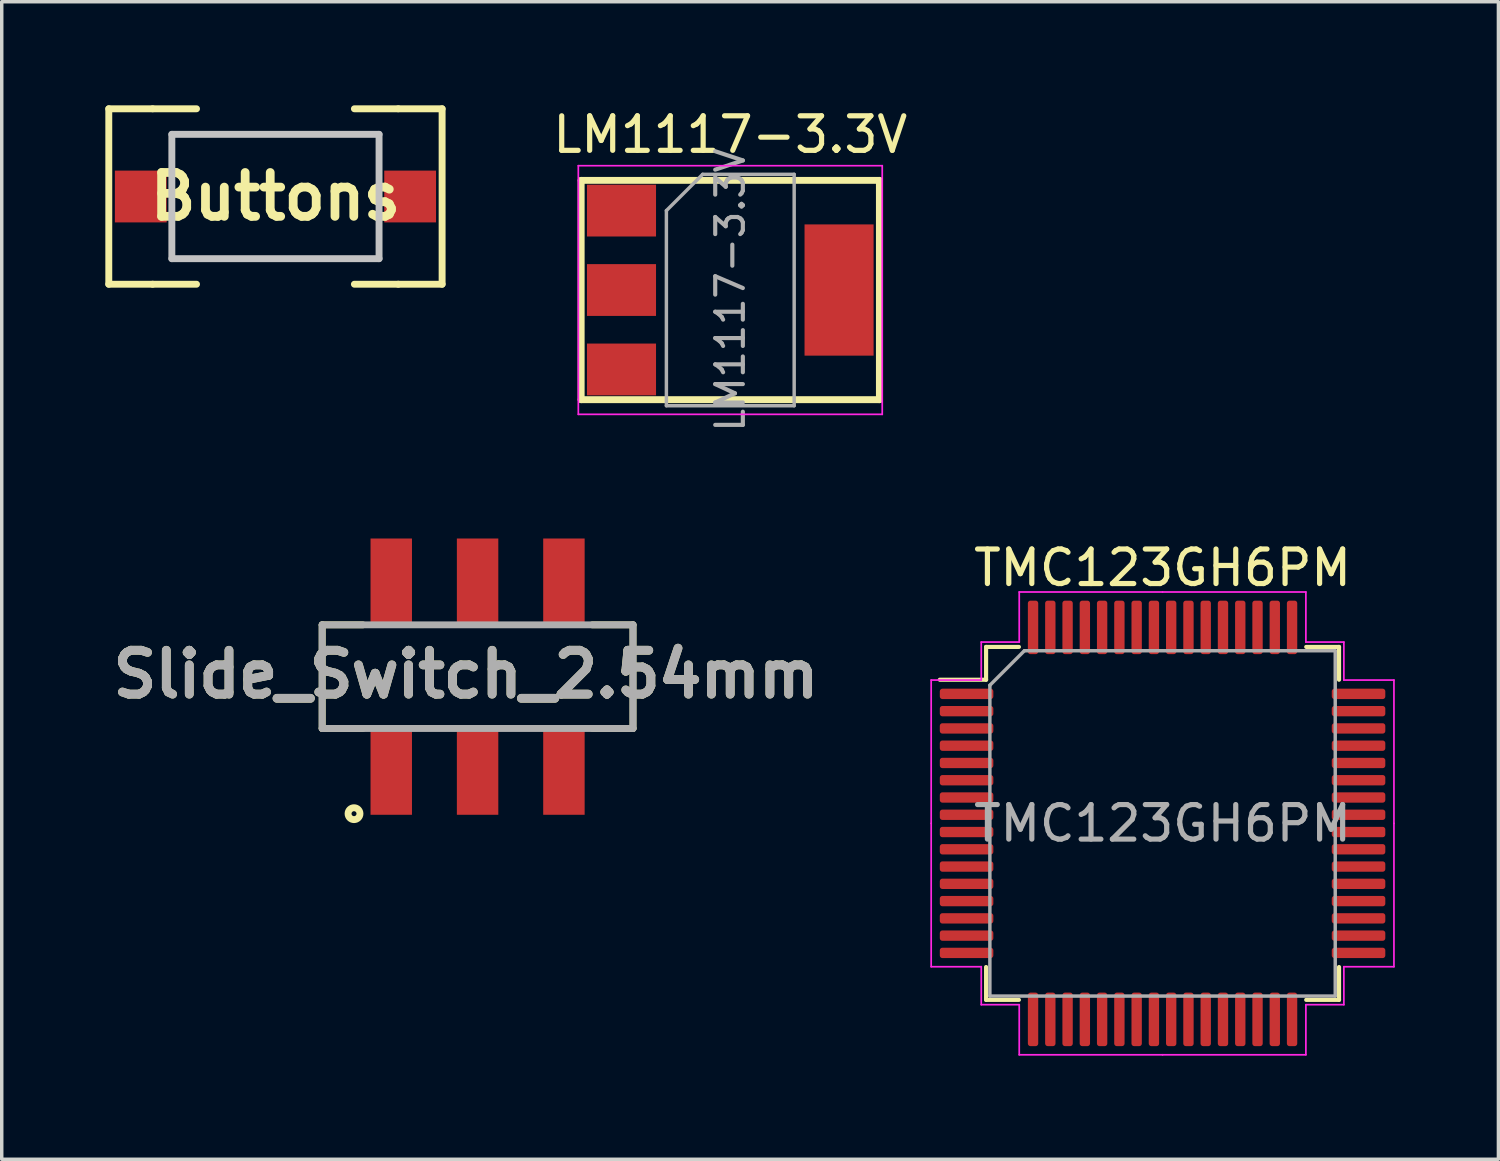
<source format=kicad_pcb>
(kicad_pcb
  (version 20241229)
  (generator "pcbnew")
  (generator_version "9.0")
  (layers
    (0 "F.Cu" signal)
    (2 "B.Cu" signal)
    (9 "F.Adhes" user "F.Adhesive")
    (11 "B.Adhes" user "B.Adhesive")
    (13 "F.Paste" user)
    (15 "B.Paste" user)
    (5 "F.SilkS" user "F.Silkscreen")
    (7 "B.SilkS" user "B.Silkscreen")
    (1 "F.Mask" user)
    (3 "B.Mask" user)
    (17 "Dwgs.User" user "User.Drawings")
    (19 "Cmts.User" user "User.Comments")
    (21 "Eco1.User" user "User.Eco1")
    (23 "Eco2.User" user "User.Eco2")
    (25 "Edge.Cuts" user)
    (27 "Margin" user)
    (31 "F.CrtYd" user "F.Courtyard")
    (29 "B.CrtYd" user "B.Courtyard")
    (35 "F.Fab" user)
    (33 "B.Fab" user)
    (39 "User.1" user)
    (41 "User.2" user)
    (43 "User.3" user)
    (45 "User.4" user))
  (footprint "Slide_Switch_2.54mm"
    (layer "F.Cu")
    (at 10.779 16.543)
    (property "Reference" "Slide_Switch_2.54mm" (at -0.335 -0.068 0) (layer "F.SilkS") (effects (font (size 1.27 1.27) (thickness 0.254))))
    (attr smd)
    (fp_line (start -4.5 -1.5) (end -4.5 1.5) (stroke (width 0.2) (type solid)) (layer "F.SilkS"))
    (fp_line (start -4.5 -1.5) (end -3.323 -1.5) (stroke (width 0.2) (type solid)) (layer "F.SilkS"))
    (fp_line (start -4.5 1.5) (end -3.323 1.5) (stroke (width 0.2) (type solid)) (layer "F.SilkS"))
    (fp_line (start 4.5 -1.5) (end 3.323 -1.5) (stroke (width 0.2) (type solid)) (layer "F.SilkS"))
    (fp_line (start 4.5 1.5) (end 3.323 1.5) (stroke (width 0.2) (type solid)) (layer "F.SilkS"))
    (fp_line (start 4.5 1.5) (end 4.5 -1.5) (stroke (width 0.2) (type solid)) (layer "F.SilkS"))
    (fp_circle (center -3.578 3.968) (end -3.578 4.04) (stroke (width 0.2) (type solid)) (fill no) (layer "F.SilkS"))
    (fp_line (start -4.5 -1.5) (end 4.5 -1.5) (stroke (width 0.2) (type solid)) (layer "F.Fab"))
    (fp_line (start -4.5 1.5) (end -4.5 -1.5) (stroke (width 0.2) (type solid)) (layer "F.Fab"))
    (fp_line (start 4.5 -1.5) (end 4.5 1.5) (stroke (width 0.2) (type solid)) (layer "F.Fab"))
    (fp_line (start 4.5 1.5) (end -4.5 1.5) (stroke (width 0.2) (type solid)) (layer "F.Fab"))
    (fp_text user "${REFERENCE}" (at -0.335 -0.068 0) (layer "F.Fab") (effects (font (size 1.27 1.27) (thickness 0.254))))
    (pad "1" smd rect (at -2.5 2.75) (size 1.2 2.5) (layers "F.Cu" "F.Mask" "F.Paste"))
    (pad "2" smd rect (at 0 2.75) (size 1.2 2.5) (layers "F.Cu" "F.Mask" "F.Paste"))
    (pad "3" smd rect (at 2.5 2.75) (size 1.2 2.5) (layers "F.Cu" "F.Mask" "F.Paste"))
    (pad "4" smd rect (at 2.5 -2.75) (size 1.2 2.5) (layers "F.Cu" "F.Mask" "F.Paste"))
    (pad "5" smd rect (at 0 -2.75) (size 1.2 2.5) (layers "F.Cu" "F.Mask" "F.Paste"))
    (pad "6" smd rect (at -2.5 -2.75) (size 1.2 2.5) (layers "F.Cu" "F.Mask" "F.Paste")))
  (footprint "LM1117-3.3V"
    (layer "F.Cu")
    (at 18.096 5.348)
    (property "Reference" "LM1117-3.3V" (at 0 -4.5 0) (layer "F.SilkS") (effects (font (size 1 1) (thickness 0.15))))
    (attr smd)
    (fp_line (start -4.318 -3.175) (end 4.318 -3.175) (stroke (width 0.2) (type solid)) (layer "F.SilkS"))
    (fp_line (start -4.318 3.175) (end -4.318 -3.175) (stroke (width 0.2) (type solid)) (layer "F.SilkS"))
    (fp_line (start 4.318 -3.175) (end 4.318 3.175) (stroke (width 0.2) (type solid)) (layer "F.SilkS"))
    (fp_line (start 4.318 3.175) (end -4.318 3.175) (stroke (width 0.2) (type solid)) (layer "F.SilkS"))
    (fp_line (start -4.4 -3.6) (end -4.4 3.6) (stroke (width 0.05) (type solid)) (layer "F.CrtYd"))
    (fp_line (start -4.4 3.6) (end 4.4 3.6) (stroke (width 0.05) (type solid)) (layer "F.CrtYd"))
    (fp_line (start 4.4 -3.6) (end -4.4 -3.6) (stroke (width 0.05) (type solid)) (layer "F.CrtYd"))
    (fp_line (start 4.4 3.6) (end 4.4 -3.6) (stroke (width 0.05) (type solid)) (layer "F.CrtYd"))
    (fp_line (start -1.85 -2.3) (end -1.85 3.35) (stroke (width 0.1) (type solid)) (layer "F.Fab"))
    (fp_line (start -1.85 -2.3) (end -0.8 -3.35) (stroke (width 0.1) (type solid)) (layer "F.Fab"))
    (fp_line (start -1.85 3.35) (end 1.85 3.35) (stroke (width 0.1) (type solid)) (layer "F.Fab"))
    (fp_line (start -0.8 -3.35) (end 1.85 -3.35) (stroke (width 0.1) (type solid)) (layer "F.Fab"))
    (fp_line (start 1.85 -3.35) (end 1.85 3.35) (stroke (width 0.1) (type solid)) (layer "F.Fab"))
    (fp_text user "${REFERENCE}" (at 0 0 90) (layer "F.Fab") (effects (font (size 0.8 0.8) (thickness 0.12))))
    (pad "1" smd rect (at -3.15 -2.3) (size 2 1.5) (layers "F.Cu" "F.Mask" "F.Paste"))
    (pad "2" smd rect (at -3.15 0) (size 2 1.5) (layers "F.Cu" "F.Mask" "F.Paste"))
    (pad "3" smd rect (at -3.15 2.3) (size 2 1.5) (layers "F.Cu" "F.Mask" "F.Paste"))
    (pad "4" smd rect (at 3.15 0) (size 2 3.8) (layers "F.Cu" "F.Mask" "F.Paste")))
  (footprint "TMC123GH6PM"
    (layer "F.Cu")
    (at 30.613 20.792)
    (property "Reference" "TMC123GH6PM" (at 0 -7.4 0) (layer "F.SilkS") (effects (font (size 1 1) (thickness 0.15))))
    (attr smd)
    (fp_line (start -5.11 -5.11) (end -5.11 -4.16) (stroke (width 0.12) (type solid)) (layer "F.SilkS"))
    (fp_line (start -5.11 -4.16) (end -6.45 -4.16) (stroke (width 0.12) (type solid)) (layer "F.SilkS"))
    (fp_line (start -5.11 5.11) (end -5.11 4.16) (stroke (width 0.12) (type solid)) (layer "F.SilkS"))
    (fp_line (start -4.16 -5.11) (end -5.11 -5.11) (stroke (width 0.12) (type solid)) (layer "F.SilkS"))
    (fp_line (start -4.16 5.11) (end -5.11 5.11) (stroke (width 0.12) (type solid)) (layer "F.SilkS"))
    (fp_line (start 4.16 -5.11) (end 5.11 -5.11) (stroke (width 0.12) (type solid)) (layer "F.SilkS"))
    (fp_line (start 4.16 5.11) (end 5.11 5.11) (stroke (width 0.12) (type solid)) (layer "F.SilkS"))
    (fp_line (start 5.11 -5.11) (end 5.11 -4.16) (stroke (width 0.12) (type solid)) (layer "F.SilkS"))
    (fp_line (start 5.11 5.11) (end 5.11 4.16) (stroke (width 0.12) (type solid)) (layer "F.SilkS"))
    (fp_line (start -6.7 -4.15) (end -6.7 0) (stroke (width 0.05) (type solid)) (layer "F.CrtYd"))
    (fp_line (start -6.7 4.15) (end -6.7 0) (stroke (width 0.05) (type solid)) (layer "F.CrtYd"))
    (fp_line (start -5.25 -5.25) (end -5.25 -4.15) (stroke (width 0.05) (type solid)) (layer "F.CrtYd"))
    (fp_line (start -5.25 -4.15) (end -6.7 -4.15) (stroke (width 0.05) (type solid)) (layer "F.CrtYd"))
    (fp_line (start -5.25 4.15) (end -6.7 4.15) (stroke (width 0.05) (type solid)) (layer "F.CrtYd"))
    (fp_line (start -5.25 5.25) (end -5.25 4.15) (stroke (width 0.05) (type solid)) (layer "F.CrtYd"))
    (fp_line (start -4.15 -6.7) (end -4.15 -5.25) (stroke (width 0.05) (type solid)) (layer "F.CrtYd"))
    (fp_line (start -4.15 -5.25) (end -5.25 -5.25) (stroke (width 0.05) (type solid)) (layer "F.CrtYd"))
    (fp_line (start -4.15 5.25) (end -5.25 5.25) (stroke (width 0.05) (type solid)) (layer "F.CrtYd"))
    (fp_line (start -4.15 6.7) (end -4.15 5.25) (stroke (width 0.05) (type solid)) (layer "F.CrtYd"))
    (fp_line (start 0 -6.7) (end -4.15 -6.7) (stroke (width 0.05) (type solid)) (layer "F.CrtYd"))
    (fp_line (start 0 -6.7) (end 4.15 -6.7) (stroke (width 0.05) (type solid)) (layer "F.CrtYd"))
    (fp_line (start 0 6.7) (end -4.15 6.7) (stroke (width 0.05) (type solid)) (layer "F.CrtYd"))
    (fp_line (start 0 6.7) (end 4.15 6.7) (stroke (width 0.05) (type solid)) (layer "F.CrtYd"))
    (fp_line (start 4.15 -6.7) (end 4.15 -5.25) (stroke (width 0.05) (type solid)) (layer "F.CrtYd"))
    (fp_line (start 4.15 -5.25) (end 5.25 -5.25) (stroke (width 0.05) (type solid)) (layer "F.CrtYd"))
    (fp_line (start 4.15 5.25) (end 5.25 5.25) (stroke (width 0.05) (type solid)) (layer "F.CrtYd"))
    (fp_line (start 4.15 6.7) (end 4.15 5.25) (stroke (width 0.05) (type solid)) (layer "F.CrtYd"))
    (fp_line (start 5.25 -5.25) (end 5.25 -4.15) (stroke (width 0.05) (type solid)) (layer "F.CrtYd"))
    (fp_line (start 5.25 -4.15) (end 6.7 -4.15) (stroke (width 0.05) (type solid)) (layer "F.CrtYd"))
    (fp_line (start 5.25 4.15) (end 6.7 4.15) (stroke (width 0.05) (type solid)) (layer "F.CrtYd"))
    (fp_line (start 5.25 5.25) (end 5.25 4.15) (stroke (width 0.05) (type solid)) (layer "F.CrtYd"))
    (fp_line (start 6.7 -4.15) (end 6.7 0) (stroke (width 0.05) (type solid)) (layer "F.CrtYd"))
    (fp_line (start 6.7 4.15) (end 6.7 0) (stroke (width 0.05) (type solid)) (layer "F.CrtYd"))
    (fp_line (start -5 -4) (end -4 -5) (stroke (width 0.1) (type solid)) (layer "F.Fab"))
    (fp_line (start -5 5) (end -5 -4) (stroke (width 0.1) (type solid)) (layer "F.Fab"))
    (fp_line (start -4 -5) (end 5 -5) (stroke (width 0.1) (type solid)) (layer "F.Fab"))
    (fp_line (start 5 -5) (end 5 5) (stroke (width 0.1) (type solid)) (layer "F.Fab"))
    (fp_line (start 5 5) (end -5 5) (stroke (width 0.1) (type solid)) (layer "F.Fab"))
    (fp_text user "${REFERENCE}" (at 0 0 0) (layer "F.Fab") (effects (font (size 1 1) (thickness 0.15))))
    (pad "1" smd roundrect (at -5.675 -3.75) (size 1.55 0.3) (layers "F.Cu" "F.Mask" "F.Paste") (roundrect_rratio 0.25))
    (pad "2" smd roundrect (at -5.675 -3.25) (size 1.55 0.3) (layers "F.Cu" "F.Mask" "F.Paste") (roundrect_rratio 0.25))
    (pad "3" smd roundrect (at -5.675 -2.75) (size 1.55 0.3) (layers "F.Cu" "F.Mask" "F.Paste") (roundrect_rratio 0.25))
    (pad "4" smd roundrect (at -5.675 -2.25) (size 1.55 0.3) (layers "F.Cu" "F.Mask" "F.Paste") (roundrect_rratio 0.25))
    (pad "5" smd roundrect (at -5.675 -1.75) (size 1.55 0.3) (layers "F.Cu" "F.Mask" "F.Paste") (roundrect_rratio 0.25))
    (pad "6" smd roundrect (at -5.675 -1.25) (size 1.55 0.3) (layers "F.Cu" "F.Mask" "F.Paste") (roundrect_rratio 0.25))
    (pad "7" smd roundrect (at -5.675 -0.75) (size 1.55 0.3) (layers "F.Cu" "F.Mask" "F.Paste") (roundrect_rratio 0.25))
    (pad "8" smd roundrect (at -5.675 -0.25) (size 1.55 0.3) (layers "F.Cu" "F.Mask" "F.Paste") (roundrect_rratio 0.25))
    (pad "9" smd roundrect (at -5.675 0.25) (size 1.55 0.3) (layers "F.Cu" "F.Mask" "F.Paste") (roundrect_rratio 0.25))
    (pad "10" smd roundrect (at -5.675 0.75) (size 1.55 0.3) (layers "F.Cu" "F.Mask" "F.Paste") (roundrect_rratio 0.25))
    (pad "11" smd roundrect (at -5.675 1.25) (size 1.55 0.3) (layers "F.Cu" "F.Mask" "F.Paste") (roundrect_rratio 0.25))
    (pad "12" smd roundrect (at -5.675 1.75) (size 1.55 0.3) (layers "F.Cu" "F.Mask" "F.Paste") (roundrect_rratio 0.25))
    (pad "13" smd roundrect (at -5.675 2.25) (size 1.55 0.3) (layers "F.Cu" "F.Mask" "F.Paste") (roundrect_rratio 0.25))
    (pad "14" smd roundrect (at -5.675 2.75) (size 1.55 0.3) (layers "F.Cu" "F.Mask" "F.Paste") (roundrect_rratio 0.25))
    (pad "15" smd roundrect (at -5.675 3.25) (size 1.55 0.3) (layers "F.Cu" "F.Mask" "F.Paste") (roundrect_rratio 0.25))
    (pad "16" smd roundrect (at -5.675 3.75) (size 1.55 0.3) (layers "F.Cu" "F.Mask" "F.Paste") (roundrect_rratio 0.25))
    (pad "17" smd roundrect (at -3.75 5.675) (size 0.3 1.55) (layers "F.Cu" "F.Mask" "F.Paste") (roundrect_rratio 0.25))
    (pad "18" smd roundrect (at -3.25 5.675) (size 0.3 1.55) (layers "F.Cu" "F.Mask" "F.Paste") (roundrect_rratio 0.25))
    (pad "19" smd roundrect (at -2.75 5.675) (size 0.3 1.55) (layers "F.Cu" "F.Mask" "F.Paste") (roundrect_rratio 0.25))
    (pad "20" smd roundrect (at -2.25 5.675) (size 0.3 1.55) (layers "F.Cu" "F.Mask" "F.Paste") (roundrect_rratio 0.25))
    (pad "21" smd roundrect (at -1.75 5.675) (size 0.3 1.55) (layers "F.Cu" "F.Mask" "F.Paste") (roundrect_rratio 0.25))
    (pad "22" smd roundrect (at -1.25 5.675) (size 0.3 1.55) (layers "F.Cu" "F.Mask" "F.Paste") (roundrect_rratio 0.25))
    (pad "23" smd roundrect (at -0.75 5.675) (size 0.3 1.55) (layers "F.Cu" "F.Mask" "F.Paste") (roundrect_rratio 0.25))
    (pad "24" smd roundrect (at -0.25 5.675) (size 0.3 1.55) (layers "F.Cu" "F.Mask" "F.Paste") (roundrect_rratio 0.25))
    (pad "25" smd roundrect (at 0.25 5.675) (size 0.3 1.55) (layers "F.Cu" "F.Mask" "F.Paste") (roundrect_rratio 0.25))
    (pad "26" smd roundrect (at 0.75 5.675) (size 0.3 1.55) (layers "F.Cu" "F.Mask" "F.Paste") (roundrect_rratio 0.25))
    (pad "27" smd roundrect (at 1.25 5.675) (size 0.3 1.55) (layers "F.Cu" "F.Mask" "F.Paste") (roundrect_rratio 0.25))
    (pad "28" smd roundrect (at 1.75 5.675) (size 0.3 1.55) (layers "F.Cu" "F.Mask" "F.Paste") (roundrect_rratio 0.25))
    (pad "29" smd roundrect (at 2.25 5.675) (size 0.3 1.55) (layers "F.Cu" "F.Mask" "F.Paste") (roundrect_rratio 0.25))
    (pad "30" smd roundrect (at 2.75 5.675) (size 0.3 1.55) (layers "F.Cu" "F.Mask" "F.Paste") (roundrect_rratio 0.25))
    (pad "31" smd roundrect (at 3.25 5.675) (size 0.3 1.55) (layers "F.Cu" "F.Mask" "F.Paste") (roundrect_rratio 0.25))
    (pad "32" smd roundrect (at 3.75 5.675) (size 0.3 1.55) (layers "F.Cu" "F.Mask" "F.Paste") (roundrect_rratio 0.25))
    (pad "33" smd roundrect (at 5.675 3.75) (size 1.55 0.3) (layers "F.Cu" "F.Mask" "F.Paste") (roundrect_rratio 0.25))
    (pad "34" smd roundrect (at 5.675 3.25) (size 1.55 0.3) (layers "F.Cu" "F.Mask" "F.Paste") (roundrect_rratio 0.25))
    (pad "35" smd roundrect (at 5.675 2.75) (size 1.55 0.3) (layers "F.Cu" "F.Mask" "F.Paste") (roundrect_rratio 0.25))
    (pad "36" smd roundrect (at 5.675 2.25) (size 1.55 0.3) (layers "F.Cu" "F.Mask" "F.Paste") (roundrect_rratio 0.25))
    (pad "37" smd roundrect (at 5.675 1.75) (size 1.55 0.3) (layers "F.Cu" "F.Mask" "F.Paste") (roundrect_rratio 0.25))
    (pad "38" smd roundrect (at 5.675 1.25) (size 1.55 0.3) (layers "F.Cu" "F.Mask" "F.Paste") (roundrect_rratio 0.25))
    (pad "39" smd roundrect (at 5.675 0.75) (size 1.55 0.3) (layers "F.Cu" "F.Mask" "F.Paste") (roundrect_rratio 0.25))
    (pad "40" smd roundrect (at 5.675 0.25) (size 1.55 0.3) (layers "F.Cu" "F.Mask" "F.Paste") (roundrect_rratio 0.25))
    (pad "41" smd roundrect (at 5.675 -0.25) (size 1.55 0.3) (layers "F.Cu" "F.Mask" "F.Paste") (roundrect_rratio 0.25))
    (pad "42" smd roundrect (at 5.675 -0.75) (size 1.55 0.3) (layers "F.Cu" "F.Mask" "F.Paste") (roundrect_rratio 0.25))
    (pad "43" smd roundrect (at 5.675 -1.25) (size 1.55 0.3) (layers "F.Cu" "F.Mask" "F.Paste") (roundrect_rratio 0.25))
    (pad "44" smd roundrect (at 5.675 -1.75) (size 1.55 0.3) (layers "F.Cu" "F.Mask" "F.Paste") (roundrect_rratio 0.25))
    (pad "45" smd roundrect (at 5.675 -2.25) (size 1.55 0.3) (layers "F.Cu" "F.Mask" "F.Paste") (roundrect_rratio 0.25))
    (pad "46" smd roundrect (at 5.675 -2.75) (size 1.55 0.3) (layers "F.Cu" "F.Mask" "F.Paste") (roundrect_rratio 0.25))
    (pad "47" smd roundrect (at 5.675 -3.25) (size 1.55 0.3) (layers "F.Cu" "F.Mask" "F.Paste") (roundrect_rratio 0.25))
    (pad "48" smd roundrect (at 5.675 -3.75) (size 1.55 0.3) (layers "F.Cu" "F.Mask" "F.Paste") (roundrect_rratio 0.25))
    (pad "49" smd roundrect (at 3.75 -5.675) (size 0.3 1.55) (layers "F.Cu" "F.Mask" "F.Paste") (roundrect_rratio 0.25))
    (pad "50" smd roundrect (at 3.25 -5.675) (size 0.3 1.55) (layers "F.Cu" "F.Mask" "F.Paste") (roundrect_rratio 0.25))
    (pad "51" smd roundrect (at 2.75 -5.675) (size 0.3 1.55) (layers "F.Cu" "F.Mask" "F.Paste") (roundrect_rratio 0.25))
    (pad "52" smd roundrect (at 2.25 -5.675) (size 0.3 1.55) (layers "F.Cu" "F.Mask" "F.Paste") (roundrect_rratio 0.25))
    (pad "53" smd roundrect (at 1.75 -5.675) (size 0.3 1.55) (layers "F.Cu" "F.Mask" "F.Paste") (roundrect_rratio 0.25))
    (pad "54" smd roundrect (at 1.25 -5.675) (size 0.3 1.55) (layers "F.Cu" "F.Mask" "F.Paste") (roundrect_rratio 0.25))
    (pad "55" smd roundrect (at 0.75 -5.675) (size 0.3 1.55) (layers "F.Cu" "F.Mask" "F.Paste") (roundrect_rratio 0.25))
    (pad "56" smd roundrect (at 0.25 -5.675) (size 0.3 1.55) (layers "F.Cu" "F.Mask" "F.Paste") (roundrect_rratio 0.25))
    (pad "57" smd roundrect (at -0.25 -5.675) (size 0.3 1.55) (layers "F.Cu" "F.Mask" "F.Paste") (roundrect_rratio 0.25))
    (pad "58" smd roundrect (at -0.75 -5.675) (size 0.3 1.55) (layers "F.Cu" "F.Mask" "F.Paste") (roundrect_rratio 0.25))
    (pad "59" smd roundrect (at -1.25 -5.675) (size 0.3 1.55) (layers "F.Cu" "F.Mask" "F.Paste") (roundrect_rratio 0.25))
    (pad "60" smd roundrect (at -1.75 -5.675) (size 0.3 1.55) (layers "F.Cu" "F.Mask" "F.Paste") (roundrect_rratio 0.25))
    (pad "61" smd roundrect (at -2.25 -5.675) (size 0.3 1.55) (layers "F.Cu" "F.Mask" "F.Paste") (roundrect_rratio 0.25))
    (pad "62" smd roundrect (at -2.75 -5.675) (size 0.3 1.55) (layers "F.Cu" "F.Mask" "F.Paste") (roundrect_rratio 0.25))
    (pad "63" smd roundrect (at -3.25 -5.675) (size 0.3 1.55) (layers "F.Cu" "F.Mask" "F.Paste") (roundrect_rratio 0.25))
    (pad "64" smd roundrect (at -3.75 -5.675) (size 0.3 1.55) (layers "F.Cu" "F.Mask" "F.Paste") (roundrect_rratio 0.25)))
  (footprint "Buttons"
    (layer "F.Cu")
    (at 4.926 2.64)
    (property "Reference" "Buttons" (at 0 0 0) (layer "F.SilkS") (effects (font (size 1.27 1.27) (thickness 0.254))))
    (attr smd)
    (fp_line (start -4.826 -2.54) (end -3.556 -2.54) (stroke (width 0.2) (type solid)) (layer "F.SilkS"))
    (fp_line (start -4.826 2.54) (end -4.826 -2.54) (stroke (width 0.2) (type solid)) (layer "F.SilkS"))
    (fp_line (start -3.556 -2.54) (end -2.286 -2.54) (stroke (width 0.2) (type solid)) (layer "F.SilkS"))
    (fp_line (start -3.556 2.54) (end -4.826 2.54) (stroke (width 0.2) (type solid)) (layer "F.SilkS"))
    (fp_line (start -3.556 2.54) (end -2.286 2.54) (stroke (width 0.2) (type solid)) (layer "F.SilkS"))
    (fp_line (start -3 -1.8) (end 3 -1.8) (stroke (width 0.1) (type solid)) (layer "F.SilkS"))
    (fp_line (start -3 -1) (end -3 -1.8) (stroke (width 0.1) (type solid)) (layer "F.SilkS"))
    (fp_line (start -3 1) (end -3 1.8) (stroke (width 0.1) (type solid)) (layer "F.SilkS"))
    (fp_line (start -3 1.8) (end 3 1.8) (stroke (width 0.1) (type solid)) (layer "F.SilkS"))
    (fp_line (start 3 -1.8) (end 3 -1) (stroke (width 0.1) (type solid)) (layer "F.SilkS"))
    (fp_line (start 3 1.8) (end 3 1) (stroke (width 0.1) (type solid)) (layer "F.SilkS"))
    (fp_line (start 3.556 -2.54) (end 2.286 -2.54) (stroke (width 0.2) (type solid)) (layer "F.SilkS"))
    (fp_line (start 3.556 -2.54) (end 4.826 -2.54) (stroke (width 0.2) (type solid)) (layer "F.SilkS"))
    (fp_line (start 3.556 2.54) (end 2.286 2.54) (stroke (width 0.2) (type solid)) (layer "F.SilkS"))
    (fp_line (start 4.826 -2.54) (end 4.826 2.54) (stroke (width 0.2) (type solid)) (layer "F.SilkS"))
    (fp_line (start 4.826 2.54) (end 3.556 2.54) (stroke (width 0.2) (type solid)) (layer "F.SilkS"))
    (fp_line (start -3 -1.8) (end 3 -1.8) (stroke (width 0.2) (type solid)) (layer "Dwgs.User"))
    (fp_line (start -3 1.8) (end -3 -1.8) (stroke (width 0.2) (type solid)) (layer "Dwgs.User"))
    (fp_line (start 3 -1.8) (end 3 1.8) (stroke (width 0.2) (type solid)) (layer "Dwgs.User"))
    (fp_line (start 3 1.8) (end -3 1.8) (stroke (width 0.2) (type solid)) (layer "Dwgs.User"))
    (pad "1" smd rect (at -3.9 0 90) (size 1.5 1.5) (layers "F.Cu" "F.Mask" "F.Paste"))
    (pad "2" smd rect (at 3.9 0 90) (size 1.5 1.5) (layers "F.Cu" "F.Mask" "F.Paste")))
  (gr_rect
    (start -3 -3)
    (end 40.338 30.517)
    (stroke (width 0.1) (type default))
    (fill no)
    (layer "Edge.Cuts")))
</source>
